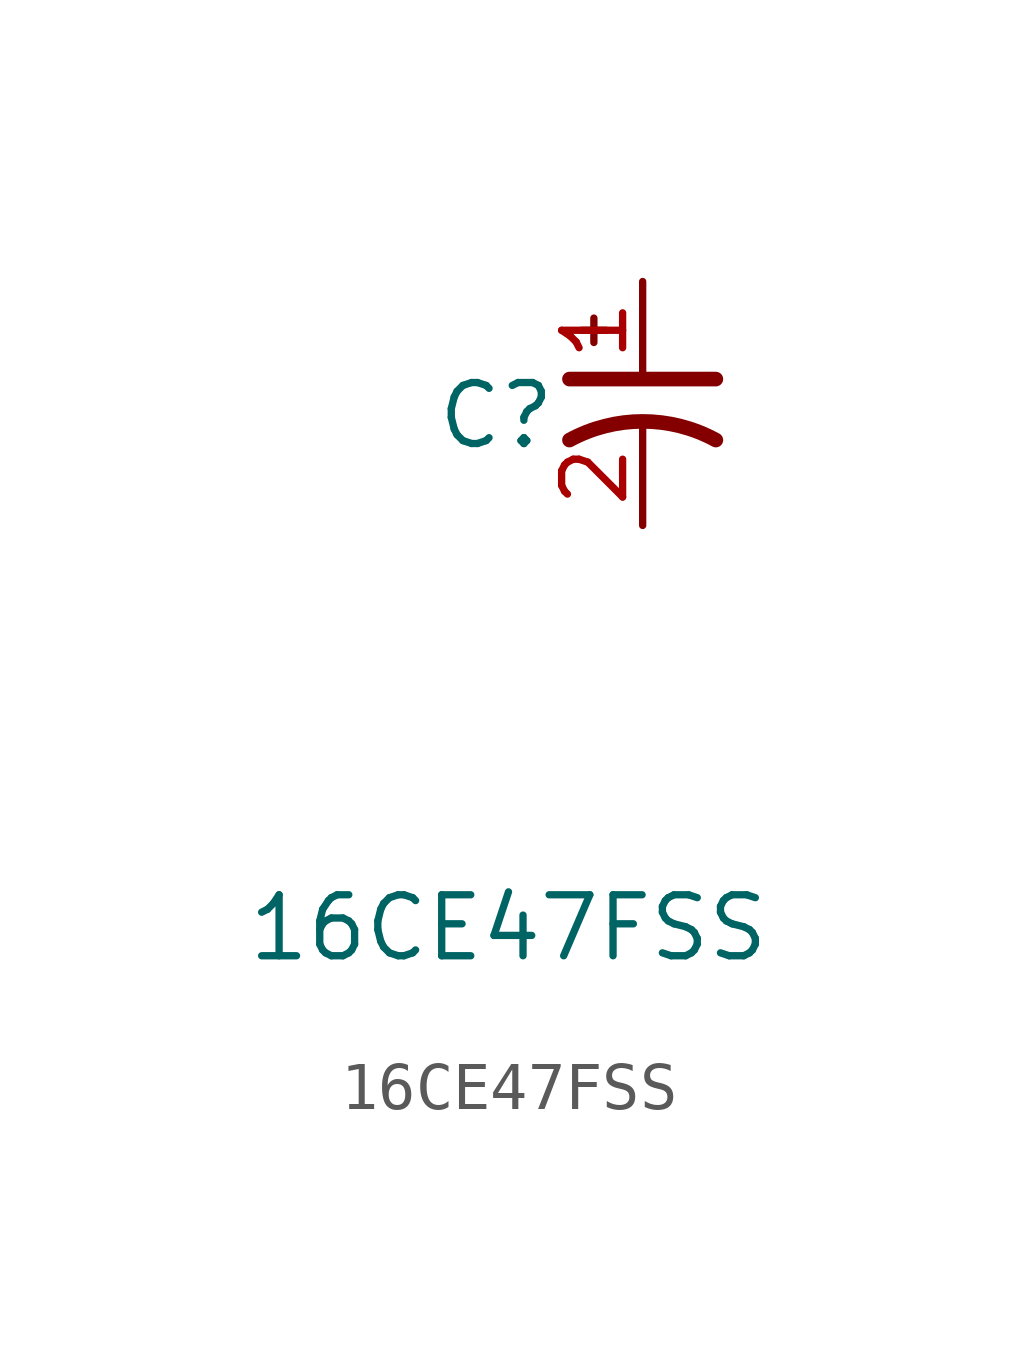
<source format=kicad_sym>
(kicad_symbol_lib
  (version 20220914)
  (generator kicad_symbol_editor)
  (symbol "16CE47FSS"
    (pin_names hide)
    (property "Reference" "C"
      (at -3.048 -0.254 0)
      (effects (font (size 1.27 1.27))))
    (property "Value" "16CE47FSS"
      (at -2.794 -10.922 0)
      (effects (font (size 1.27 1.27))))
    (symbol "16CE47FSS_0_1"
      (polyline (pts (xy -1.524 0.508) (xy 1.524 0.508)) (stroke (width 0.305) (type default)) (fill (type none)))
      (polyline (pts (xy -1.27 1.524) (xy -0.762 1.524)) (stroke (width 0) (type default)) (fill (type none)))
      (polyline (pts (xy -1.016 1.27) (xy -1.016 1.778)) (stroke (width 0) (type default)) (fill (type none)))
      (arc (start 1.524 -0.762) (mid 0 -0.3734) (end -1.524 -0.762) (stroke (width 0.3048) (type default)) (fill (type none))))
    (symbol "16CE47FSS_1_1"
      (pin passive line (at 0 2.54 270) (length 2.032) (name "~" (effects (font (size 1.27 1.27)))) (number "1" (effects (font (size 1.27 1.27)))))
      (pin passive line (at 0 -2.54 90) (length 2.032) (name "~" (effects (font (size 1.27 1.27)))) (number "2" (effects (font (size 1.27 1.27))))))))
</source>
